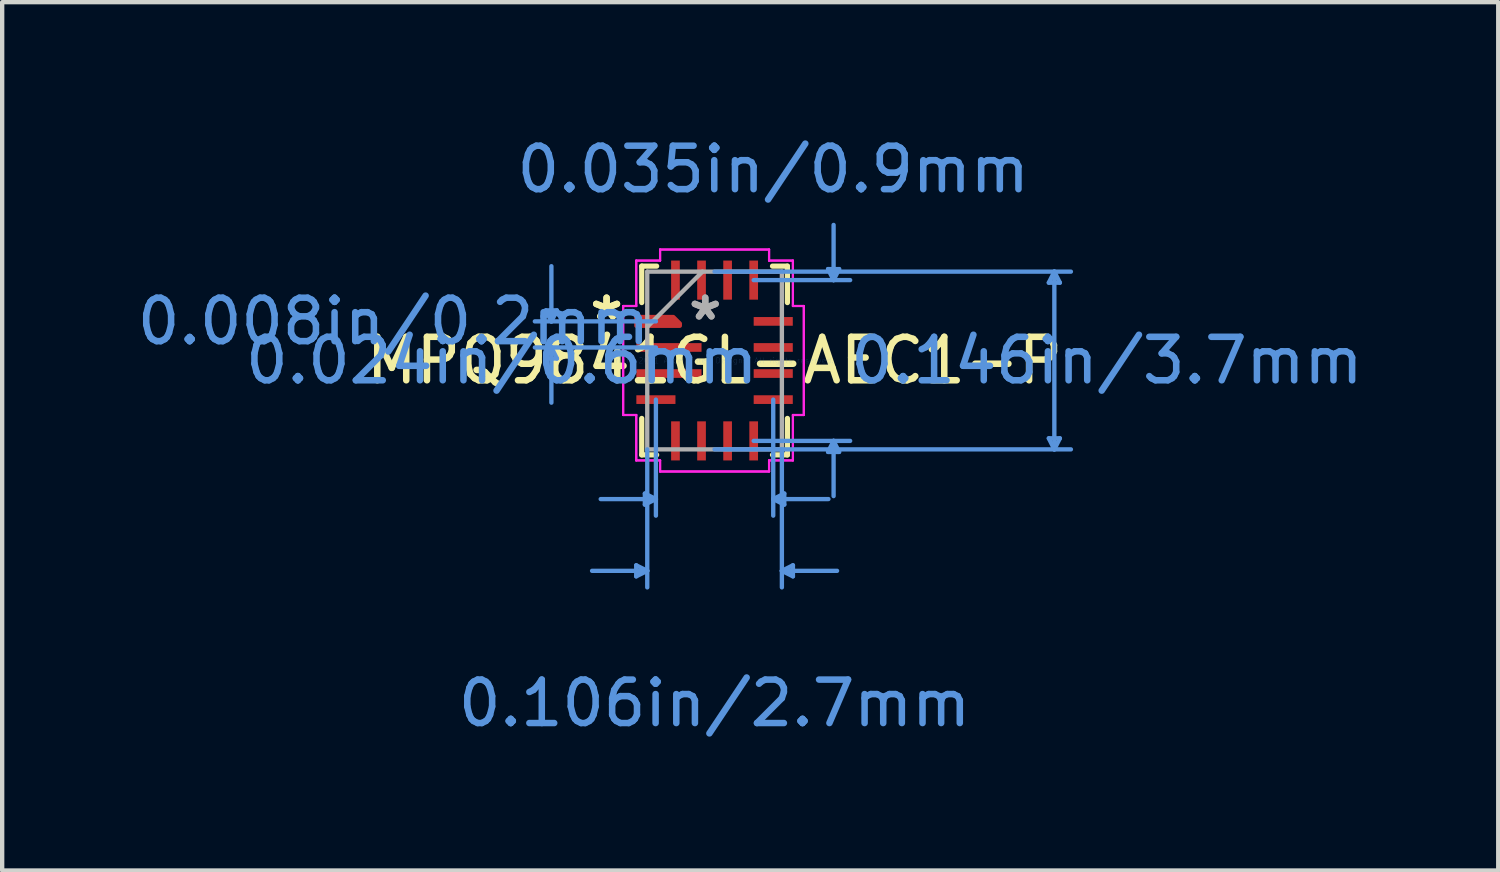
<source format=kicad_pcb>
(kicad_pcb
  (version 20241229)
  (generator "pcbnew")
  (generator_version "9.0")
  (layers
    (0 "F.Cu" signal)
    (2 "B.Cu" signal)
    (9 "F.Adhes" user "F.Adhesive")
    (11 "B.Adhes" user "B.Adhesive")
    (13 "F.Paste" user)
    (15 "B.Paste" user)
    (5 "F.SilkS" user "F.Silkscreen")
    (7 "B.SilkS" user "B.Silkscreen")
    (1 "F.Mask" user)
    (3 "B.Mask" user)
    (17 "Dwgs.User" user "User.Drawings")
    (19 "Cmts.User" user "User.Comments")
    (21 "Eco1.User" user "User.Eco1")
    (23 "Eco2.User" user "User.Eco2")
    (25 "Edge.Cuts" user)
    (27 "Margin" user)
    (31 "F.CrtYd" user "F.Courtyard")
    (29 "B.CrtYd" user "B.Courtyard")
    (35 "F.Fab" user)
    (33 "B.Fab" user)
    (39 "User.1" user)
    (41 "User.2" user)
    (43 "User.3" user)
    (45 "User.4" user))
  (footprint "MPQ9841GL-AEC1-P"
    (layer "F.Cu")
    (at 13.394 5.246)
    (property "Reference" "MPQ9841GL-AEC1-P" (at 0 0 0) (layer "F.SilkS") (effects (font (size 1 1) (thickness 0.15))))
    (attr through_hole)
    (fp_poly (pts (xy -1.8 -1) (xy -1.8 -0.8) (xy -0.8 -0.8) (xy -0.8 -0.85) (xy -0.95 -1)) (stroke (width 0.1) (type solid)) (fill yes) (layer "F.Cu"))
    (fp_poly (pts (xy -1.8 -1) (xy -1.8 -0.8) (xy -0.8 -0.8) (xy -0.8 -0.85) (xy -0.95 -1)) (stroke (width 0.1) (type solid)) (fill yes) (layer "F.Mask"))
    (fp_line (start -1.676 -2.172) (end -1.676 -1.333) (stroke (width 0.12) (type solid)) (layer "F.SilkS"))
    (fp_line (start -1.676 1.333) (end -1.676 2.172) (stroke (width 0.12) (type solid)) (layer "F.SilkS"))
    (fp_line (start -1.676 2.172) (end -1.333 2.172) (stroke (width 0.12) (type solid)) (layer "F.SilkS"))
    (fp_line (start -1.333 -2.172) (end -1.676 -2.172) (stroke (width 0.12) (type solid)) (layer "F.SilkS"))
    (fp_line (start 1.333 2.172) (end 1.676 2.172) (stroke (width 0.12) (type solid)) (layer "F.SilkS"))
    (fp_line (start 1.676 -2.172) (end 1.333 -2.172) (stroke (width 0.12) (type solid)) (layer "F.SilkS"))
    (fp_line (start 1.676 -1.333) (end 1.676 -2.172) (stroke (width 0.12) (type solid)) (layer "F.SilkS"))
    (fp_line (start 1.676 2.172) (end 1.676 1.333) (stroke (width 0.12) (type solid)) (layer "F.SilkS"))
    (fp_poly (pts (xy -1.8 -1) (xy -1.8 -0.8) (xy -0.8 -0.8) (xy -0.8 -0.85) (xy -0.95 -1)) (stroke (width 0.1) (type solid)) (fill yes) (layer "F.Paste"))
    (fp_line (start -3.882 -1.154) (end -3.628 -1.154) (stroke (width 0.1) (type solid)) (layer "Cmts.User"))
    (fp_line (start -3.882 -0.046) (end -3.628 -0.046) (stroke (width 0.1) (type solid)) (layer "Cmts.User"))
    (fp_line (start -3.755 -0.9) (end -3.882 -1.154) (stroke (width 0.1) (type solid)) (layer "Cmts.User"))
    (fp_line (start -3.755 -0.9) (end -3.755 -2.17) (stroke (width 0.1) (type solid)) (layer "Cmts.User"))
    (fp_line (start -3.755 -0.9) (end -3.628 -1.154) (stroke (width 0.1) (type solid)) (layer "Cmts.User"))
    (fp_line (start -3.755 -0.3) (end -3.882 -0.046) (stroke (width 0.1) (type solid)) (layer "Cmts.User"))
    (fp_line (start -3.755 -0.3) (end -3.755 0.97) (stroke (width 0.1) (type solid)) (layer "Cmts.User"))
    (fp_line (start -3.755 -0.3) (end -3.628 -0.046) (stroke (width 0.1) (type solid)) (layer "Cmts.User"))
    (fp_line (start -1.803 4.713) (end -1.803 4.967) (stroke (width 0.1) (type solid)) (layer "Cmts.User"))
    (fp_line (start -1.604 3.062) (end -1.604 3.316) (stroke (width 0.1) (type solid)) (layer "Cmts.User"))
    (fp_line (start -1.549 2.045) (end -1.549 5.221) (stroke (width 0.1) (type solid)) (layer "Cmts.User"))
    (fp_line (start -1.549 4.84) (end -2.819 4.84) (stroke (width 0.1) (type solid)) (layer "Cmts.User"))
    (fp_line (start -1.549 4.84) (end -1.803 4.713) (stroke (width 0.1) (type solid)) (layer "Cmts.User"))
    (fp_line (start -1.549 4.84) (end -1.803 4.967) (stroke (width 0.1) (type solid)) (layer "Cmts.User"))
    (fp_line (start -1.35 -0.9) (end -4.136 -0.9) (stroke (width 0.1) (type solid)) (layer "Cmts.User"))
    (fp_line (start -1.35 -0.3) (end -4.136 -0.3) (stroke (width 0.1) (type solid)) (layer "Cmts.User"))
    (fp_line (start -1.35 0.9) (end -1.35 3.57) (stroke (width 0.1) (type solid)) (layer "Cmts.User"))
    (fp_line (start -1.35 3.189) (end -2.62 3.189) (stroke (width 0.1) (type solid)) (layer "Cmts.User"))
    (fp_line (start -1.35 3.189) (end -1.604 3.062) (stroke (width 0.1) (type solid)) (layer "Cmts.User"))
    (fp_line (start -1.35 3.189) (end -1.604 3.316) (stroke (width 0.1) (type solid)) (layer "Cmts.User"))
    (fp_line (start 0 -2.045) (end 8.2 -2.045) (stroke (width 0.1) (type solid)) (layer "Cmts.User"))
    (fp_line (start 0 2.045) (end 8.2 2.045) (stroke (width 0.1) (type solid)) (layer "Cmts.User"))
    (fp_line (start 0.9 -1.85) (end 3.12 -1.85) (stroke (width 0.1) (type solid)) (layer "Cmts.User"))
    (fp_line (start 0.9 1.85) (end 3.12 1.85) (stroke (width 0.1) (type solid)) (layer "Cmts.User"))
    (fp_line (start 1.35 0.9) (end 1.35 3.57) (stroke (width 0.1) (type solid)) (layer "Cmts.User"))
    (fp_line (start 1.35 3.189) (end 1.604 3.062) (stroke (width 0.1) (type solid)) (layer "Cmts.User"))
    (fp_line (start 1.35 3.189) (end 1.604 3.316) (stroke (width 0.1) (type solid)) (layer "Cmts.User"))
    (fp_line (start 1.35 3.189) (end 2.62 3.189) (stroke (width 0.1) (type solid)) (layer "Cmts.User"))
    (fp_line (start 1.549 2.045) (end 1.549 5.221) (stroke (width 0.1) (type solid)) (layer "Cmts.User"))
    (fp_line (start 1.549 4.84) (end 1.803 4.713) (stroke (width 0.1) (type solid)) (layer "Cmts.User"))
    (fp_line (start 1.549 4.84) (end 1.803 4.967) (stroke (width 0.1) (type solid)) (layer "Cmts.User"))
    (fp_line (start 1.549 4.84) (end 2.819 4.84) (stroke (width 0.1) (type solid)) (layer "Cmts.User"))
    (fp_line (start 1.604 3.062) (end 1.604 3.316) (stroke (width 0.1) (type solid)) (layer "Cmts.User"))
    (fp_line (start 1.803 4.713) (end 1.803 4.967) (stroke (width 0.1) (type solid)) (layer "Cmts.User"))
    (fp_line (start 2.612 -2.104) (end 2.866 -2.104) (stroke (width 0.1) (type solid)) (layer "Cmts.User"))
    (fp_line (start 2.612 2.104) (end 2.866 2.104) (stroke (width 0.1) (type solid)) (layer "Cmts.User"))
    (fp_line (start 2.739 -1.85) (end 2.612 -2.104) (stroke (width 0.1) (type solid)) (layer "Cmts.User"))
    (fp_line (start 2.739 -1.85) (end 2.739 -3.12) (stroke (width 0.1) (type solid)) (layer "Cmts.User"))
    (fp_line (start 2.739 -1.85) (end 2.866 -2.104) (stroke (width 0.1) (type solid)) (layer "Cmts.User"))
    (fp_line (start 2.739 1.85) (end 2.612 2.104) (stroke (width 0.1) (type solid)) (layer "Cmts.User"))
    (fp_line (start 2.739 1.85) (end 2.739 3.12) (stroke (width 0.1) (type solid)) (layer "Cmts.User"))
    (fp_line (start 2.739 1.85) (end 2.866 2.104) (stroke (width 0.1) (type solid)) (layer "Cmts.User"))
    (fp_line (start 7.692 -1.791) (end 7.946 -1.791) (stroke (width 0.1) (type solid)) (layer "Cmts.User"))
    (fp_line (start 7.692 1.791) (end 7.946 1.791) (stroke (width 0.1) (type solid)) (layer "Cmts.User"))
    (fp_line (start 7.819 -2.045) (end 7.692 -1.791) (stroke (width 0.1) (type solid)) (layer "Cmts.User"))
    (fp_line (start 7.819 -2.045) (end 7.819 2.045) (stroke (width 0.1) (type solid)) (layer "Cmts.User"))
    (fp_line (start 7.819 -2.045) (end 7.946 -1.791) (stroke (width 0.1) (type solid)) (layer "Cmts.User"))
    (fp_line (start 7.819 2.045) (end 7.692 1.791) (stroke (width 0.1) (type solid)) (layer "Cmts.User"))
    (fp_line (start 7.819 2.045) (end 7.946 1.791) (stroke (width 0.1) (type solid)) (layer "Cmts.User"))
    (fp_line (start -2.104 -1.254) (end -1.803 -1.254) (stroke (width 0.05) (type solid)) (layer "F.CrtYd"))
    (fp_line (start -2.104 -1.254) (end -1.803 -1.254) (stroke (width 0.05) (type solid)) (layer "F.CrtYd"))
    (fp_line (start -2.104 1.254) (end -2.104 -1.254) (stroke (width 0.05) (type solid)) (layer "F.CrtYd"))
    (fp_line (start -2.104 1.254) (end -2.104 -1.254) (stroke (width 0.05) (type solid)) (layer "F.CrtYd"))
    (fp_line (start -1.803 -2.299) (end -1.254 -2.299) (stroke (width 0.05) (type solid)) (layer "F.CrtYd"))
    (fp_line (start -1.803 -2.299) (end -1.254 -2.299) (stroke (width 0.05) (type solid)) (layer "F.CrtYd"))
    (fp_line (start -1.803 -1.254) (end -1.803 -2.299) (stroke (width 0.05) (type solid)) (layer "F.CrtYd"))
    (fp_line (start -1.803 -1.254) (end -1.803 -2.299) (stroke (width 0.05) (type solid)) (layer "F.CrtYd"))
    (fp_line (start -1.803 1.254) (end -2.104 1.254) (stroke (width 0.05) (type solid)) (layer "F.CrtYd"))
    (fp_line (start -1.803 1.254) (end -2.104 1.254) (stroke (width 0.05) (type solid)) (layer "F.CrtYd"))
    (fp_line (start -1.803 2.299) (end -1.803 1.254) (stroke (width 0.05) (type solid)) (layer "F.CrtYd"))
    (fp_line (start -1.803 2.299) (end -1.803 1.254) (stroke (width 0.05) (type solid)) (layer "F.CrtYd"))
    (fp_line (start -1.254 -2.554) (end 1.254 -2.554) (stroke (width 0.05) (type solid)) (layer "F.CrtYd"))
    (fp_line (start -1.254 -2.554) (end 1.254 -2.554) (stroke (width 0.05) (type solid)) (layer "F.CrtYd"))
    (fp_line (start -1.254 -2.299) (end -1.254 -2.554) (stroke (width 0.05) (type solid)) (layer "F.CrtYd"))
    (fp_line (start -1.254 -2.299) (end -1.254 -2.554) (stroke (width 0.05) (type solid)) (layer "F.CrtYd"))
    (fp_line (start -1.254 2.299) (end -1.803 2.299) (stroke (width 0.05) (type solid)) (layer "F.CrtYd"))
    (fp_line (start -1.254 2.299) (end -1.803 2.299) (stroke (width 0.05) (type solid)) (layer "F.CrtYd"))
    (fp_line (start -1.254 2.554) (end -1.254 2.299) (stroke (width 0.05) (type solid)) (layer "F.CrtYd"))
    (fp_line (start -1.254 2.554) (end -1.254 2.299) (stroke (width 0.05) (type solid)) (layer "F.CrtYd"))
    (fp_line (start 1.254 -2.554) (end 1.254 -2.299) (stroke (width 0.05) (type solid)) (layer "F.CrtYd"))
    (fp_line (start 1.254 -2.554) (end 1.254 -2.299) (stroke (width 0.05) (type solid)) (layer "F.CrtYd"))
    (fp_line (start 1.254 -2.299) (end 1.803 -2.299) (stroke (width 0.05) (type solid)) (layer "F.CrtYd"))
    (fp_line (start 1.254 -2.299) (end 1.803 -2.299) (stroke (width 0.05) (type solid)) (layer "F.CrtYd"))
    (fp_line (start 1.254 2.299) (end 1.254 2.554) (stroke (width 0.05) (type solid)) (layer "F.CrtYd"))
    (fp_line (start 1.254 2.299) (end 1.254 2.554) (stroke (width 0.05) (type solid)) (layer "F.CrtYd"))
    (fp_line (start 1.254 2.554) (end -1.254 2.554) (stroke (width 0.05) (type solid)) (layer "F.CrtYd"))
    (fp_line (start 1.254 2.554) (end -1.254 2.554) (stroke (width 0.05) (type solid)) (layer "F.CrtYd"))
    (fp_line (start 1.803 -2.299) (end 1.803 -1.254) (stroke (width 0.05) (type solid)) (layer "F.CrtYd"))
    (fp_line (start 1.803 -2.299) (end 1.803 -1.254) (stroke (width 0.05) (type solid)) (layer "F.CrtYd"))
    (fp_line (start 1.803 -1.254) (end 2.054 -1.254) (stroke (width 0.05) (type solid)) (layer "F.CrtYd"))
    (fp_line (start 1.803 -1.254) (end 2.054 -1.254) (stroke (width 0.05) (type solid)) (layer "F.CrtYd"))
    (fp_line (start 1.803 1.254) (end 1.803 2.299) (stroke (width 0.05) (type solid)) (layer "F.CrtYd"))
    (fp_line (start 1.803 1.254) (end 1.803 2.299) (stroke (width 0.05) (type solid)) (layer "F.CrtYd"))
    (fp_line (start 1.803 2.299) (end 1.254 2.299) (stroke (width 0.05) (type solid)) (layer "F.CrtYd"))
    (fp_line (start 1.803 2.299) (end 1.254 2.299) (stroke (width 0.05) (type solid)) (layer "F.CrtYd"))
    (fp_line (start 2.054 -1.254) (end 2.054 1.254) (stroke (width 0.05) (type solid)) (layer "F.CrtYd"))
    (fp_line (start 2.054 -1.254) (end 2.054 1.254) (stroke (width 0.05) (type solid)) (layer "F.CrtYd"))
    (fp_line (start 2.054 1.254) (end 1.803 1.254) (stroke (width 0.05) (type solid)) (layer "F.CrtYd"))
    (fp_line (start 2.054 1.254) (end 1.803 1.254) (stroke (width 0.05) (type solid)) (layer "F.CrtYd"))
    (fp_line (start -1.549 -2.045) (end -1.549 2.045) (stroke (width 0.1) (type solid)) (layer "F.Fab"))
    (fp_line (start -1.549 -0.775) (end -0.279 -2.045) (stroke (width 0.1) (type solid)) (layer "F.Fab"))
    (fp_line (start -1.549 2.045) (end 1.549 2.045) (stroke (width 0.1) (type solid)) (layer "F.Fab"))
    (fp_line (start 1.549 -2.045) (end -1.549 -2.045) (stroke (width 0.1) (type solid)) (layer "F.Fab"))
    (fp_line (start 1.549 2.045) (end 1.549 -2.045) (stroke (width 0.1) (type solid)) (layer "F.Fab"))
    (fp_text user "*" (at -2.485 -0.9 0) (layer "F.SilkS") (effects (font (size 1 1) (thickness 0.15))))
    (fp_text user "*" (at -2.485 -0.9 0) (layer "F.SilkS") (effects (font (size 1 1) (thickness 0.15))))
    (fp_text user "0.106in/2.7mm" (at 0 7.888 0) (layer "Cmts.User") (effects (font (size 1 1) (thickness 0.15))))
    (fp_text user "0.008in/0.2mm" (at -7.388 -0.9 0) (layer "Cmts.User") (effects (font (size 1 1) (thickness 0.15))))
    (fp_text user "0.035in/0.9mm" (at 1.35 -4.398 0) (layer "Cmts.User") (effects (font (size 1 1) (thickness 0.15))))
    (fp_text user "0.024in/0.6mm" (at -4.898 0 0) (layer "Cmts.User") (effects (font (size 1 1) (thickness 0.15))))
    (fp_text user "0.146in/3.7mm" (at 9.028 0 0) (layer "Cmts.User") (effects (font (size 1 1) (thickness 0.15))))
    (fp_text user "Copyright 2021 Accelerated Designs. All rights reserved." (at 0 0 0) (layer "Cmts.User") (effects (font (size 0.127 0.127) (thickness 0.002))))
    (fp_text user "*" (at -0.215 -0.9 0) (layer "F.Fab") (effects (font (size 1 1) (thickness 0.15))))
    (fp_text user "*" (at -0.215 -0.9 0) (layer "F.Fab") (effects (font (size 1 1) (thickness 0.15))))
    (pad "1" smd rect (at -1.3 -0.9) (size 0.127 0.127) (layers "F.Cu" "F.Mask" "F.Paste"))
    (pad "2" smd rect (at -1.05 -0.3) (size 1.5 0.2) (layers "F.Cu" "F.Mask" "F.Paste"))
    (pad "3" smd rect (at -1.05 0.3) (size 1.5 0.2) (layers "F.Cu" "F.Mask" "F.Paste"))
    (pad "4" smd rect (at -1.35 0.9) (size 0.9 0.2) (layers "F.Cu" "F.Mask" "F.Paste"))
    (pad "5" smd rect (at -0.9 1.85 90) (size 0.9 0.2) (layers "F.Cu" "F.Mask" "F.Paste"))
    (pad "6" smd rect (at -0.3 1.85 90) (size 0.9 0.2) (layers "F.Cu" "F.Mask" "F.Paste"))
    (pad "7" smd rect (at 0.3 1.85 90) (size 0.9 0.2) (layers "F.Cu" "F.Mask" "F.Paste"))
    (pad "8" smd rect (at 0.9 1.85 90) (size 0.9 0.2) (layers "F.Cu" "F.Mask" "F.Paste"))
    (pad "9" smd rect (at 1.35 0.9) (size 0.9 0.2) (layers "F.Cu" "F.Mask" "F.Paste"))
    (pad "10" smd rect (at 1.35 0.3) (size 0.9 0.2) (layers "F.Cu" "F.Mask" "F.Paste"))
    (pad "11" smd rect (at 1.35 -0.3) (size 0.9 0.2) (layers "F.Cu" "F.Mask" "F.Paste"))
    (pad "12" smd rect (at 1.35 -0.9) (size 0.9 0.2) (layers "F.Cu" "F.Mask" "F.Paste"))
    (pad "13" smd rect (at 0.9 -1.85 90) (size 0.9 0.2) (layers "F.Cu" "F.Mask" "F.Paste"))
    (pad "14" smd rect (at 0.3 -1.85 90) (size 0.9 0.2) (layers "F.Cu" "F.Mask" "F.Paste"))
    (pad "15" smd rect (at -0.3 -1.85 90) (size 0.9 0.2) (layers "F.Cu" "F.Mask" "F.Paste"))
    (pad "16" smd rect (at -0.9 -1.85 90) (size 0.9 0.2) (layers "F.Cu" "F.Mask" "F.Paste")))
  (gr_rect
    (start -3 -3)
    (end 31.428 16.983)
    (stroke (width 0.1) (type default))
    (fill no)
    (layer "Edge.Cuts")))
</source>
